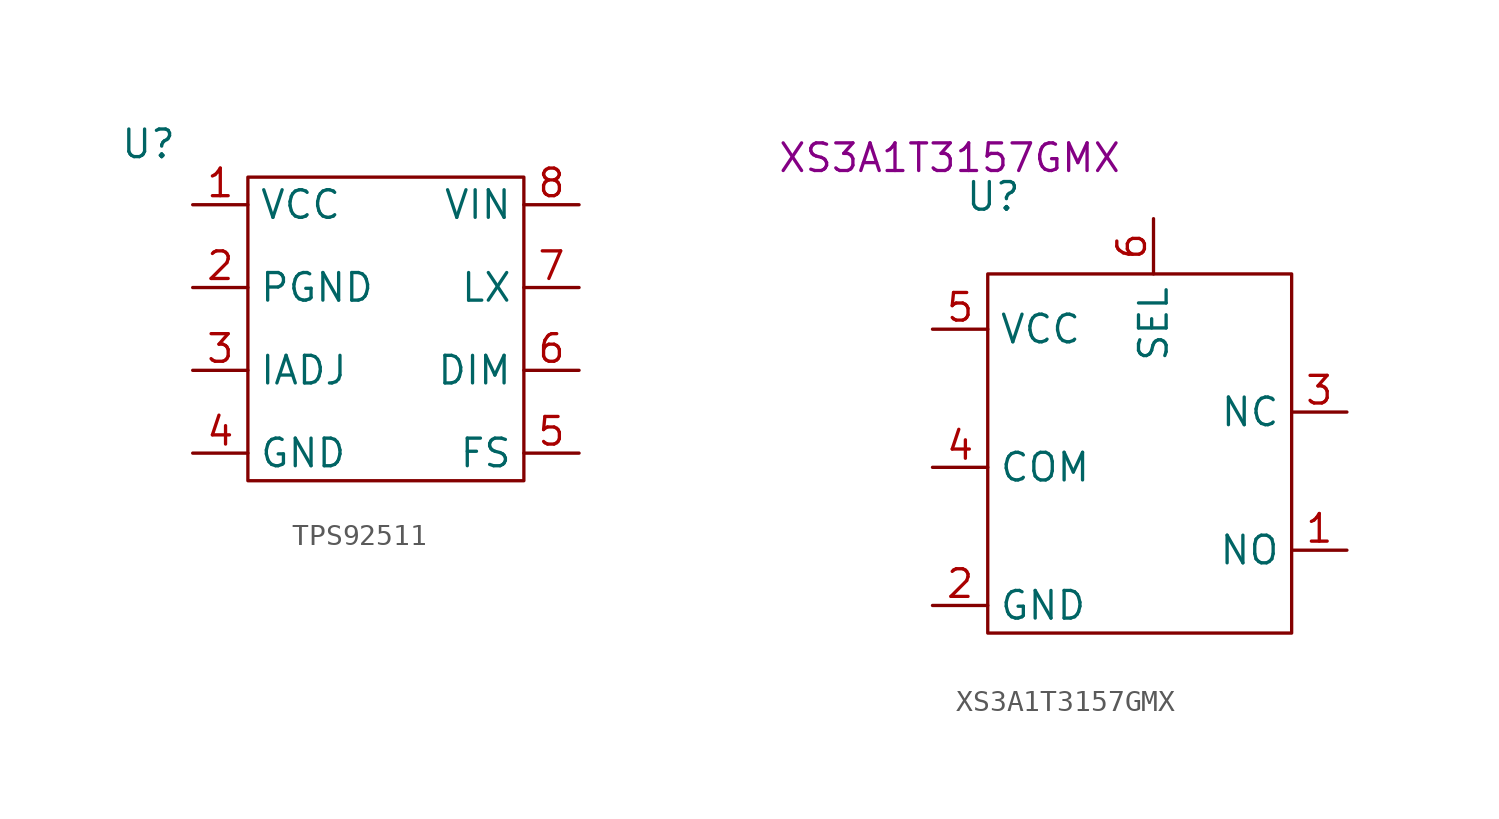
<source format=kicad_sym>
(kicad_symbol_lib
  (version 20231120)
  (generator "kicad_symbol_editor")
  (generator_version "8.0")
  (symbol "TPS92511"
    (property "Reference" "U"
      (at 0.508 1.524 0)
      (effects (font (size 1.27 1.27))))
    (property "Value" ""
      (at 0 0 0)
      (effects (font (size 1.27 1.27))))
    (symbol "TPS92511_0_0"
      (pin unspecified line (at 2.54 -1.27 0) (length 2.54) (name "VCC" (effects (font (size 1.27 1.27)))) (number "1" (effects (font (size 1.27 1.27)))))
      (pin unspecified line (at 2.54 -5.08 0) (length 2.54) (name "PGND" (effects (font (size 1.27 1.27)))) (number "2" (effects (font (size 1.27 1.27)))))
      (pin unspecified line (at 2.54 -8.89 0) (length 2.54) (name "IADJ" (effects (font (size 1.27 1.27)))) (number "3" (effects (font (size 1.27 1.27)))))
      (pin unspecified line (at 2.54 -12.7 0) (length 2.54) (name "GND" (effects (font (size 1.27 1.27)))) (number "4" (effects (font (size 1.27 1.27)))))
      (pin unspecified line (at 20.32 -12.7 180) (length 2.54) (name "FS" (effects (font (size 1.27 1.27)))) (number "5" (effects (font (size 1.27 1.27)))))
      (pin unspecified line (at 20.32 -8.89 180) (length 2.54) (name "DIM" (effects (font (size 1.27 1.27)))) (number "6" (effects (font (size 1.27 1.27)))))
      (pin unspecified line (at 20.32 -5.08 180) (length 2.54) (name "LX" (effects (font (size 1.27 1.27)))) (number "7" (effects (font (size 1.27 1.27)))))
      (pin unspecified line (at 20.32 -1.27 180) (length 2.54) (name "VIN" (effects (font (size 1.27 1.27)))) (number "8" (effects (font (size 1.27 1.27))))))
    (symbol "TPS92511_0_1"
      (rectangle (start 5.08 0) (end 17.78 -13.97) (stroke (width 0) (type default)) (fill (type none))))
    (symbol "TPS92511_1_0"
      (pin unspecified line (at 2.54 -12.7 0) (length 2.54) hide (name "GND" (effects (font (size 1.27 1.27)))) (number "9" (effects (font (size 1.27 1.27)))))))
  (symbol "XS3A1T3157GMX"
    (property "Reference" "U"
      (at 0.254 3.556 0)
      (effects (font (size 1.27 1.27))))
    (property "Value" ""
      (at -6.35 1.27 0)
      (effects (font (size 1.27 1.27))))
    (property "MANUFACTURER" "XS3A1T3157GMX "
      (at -1.27 5.334 0)
      (effects (font (size 1.27 1.27))))
    (symbol "XS3A1T3157GMX_0_0"
      (pin unspecified line (at 16.51 -12.7 180) (length 2.54) (name "NO" (effects (font (size 1.27 1.27)))) (number "1" (effects (font (size 1.27 1.27)))))
      (pin unspecified line (at -2.54 -15.24 0) (length 2.54) (name "GND" (effects (font (size 1.27 1.27)))) (number "2" (effects (font (size 1.27 1.27)))))
      (pin unspecified line (at 16.51 -6.35 180) (length 2.54) (name "NC" (effects (font (size 1.27 1.27)))) (number "3" (effects (font (size 1.27 1.27)))))
      (pin unspecified line (at -2.54 -8.89 0) (length 2.54) (name "COM" (effects (font (size 1.27 1.27)))) (number "4" (effects (font (size 1.27 1.27)))))
      (pin unspecified line (at -2.54 -2.54 0) (length 2.54) (name "VCC" (effects (font (size 1.27 1.27)))) (number "5" (effects (font (size 1.27 1.27)))))
      (pin unspecified line (at 7.62 2.54 270) (length 2.54) (name "SEL" (effects (font (size 1.27 1.27)))) (number "6" (effects (font (size 1.27 1.27))))))
    (symbol "XS3A1T3157GMX_0_1"
      (rectangle (start 0 0) (end 13.97 -16.51) (stroke (width 0) (type default)) (fill (type none))))))
</source>
